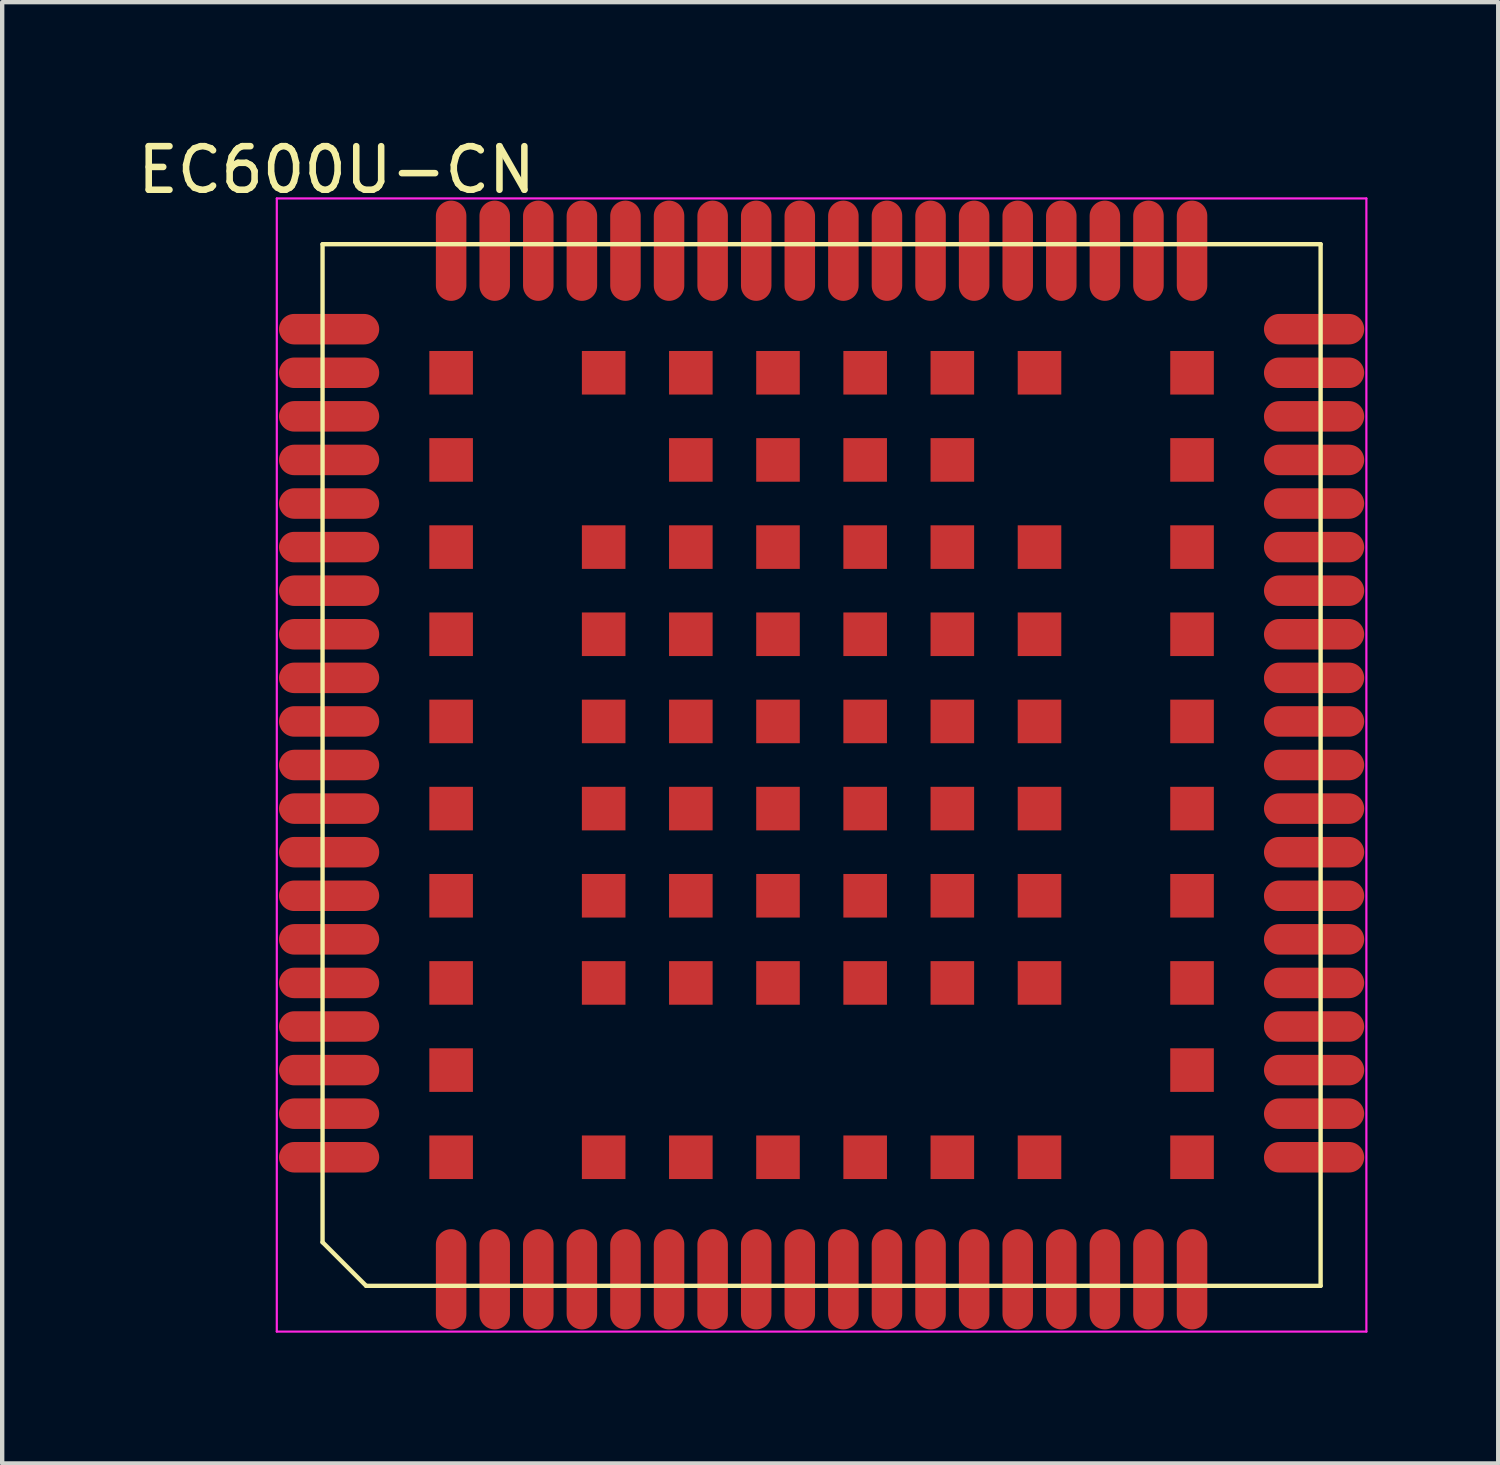
<source format=kicad_pcb>
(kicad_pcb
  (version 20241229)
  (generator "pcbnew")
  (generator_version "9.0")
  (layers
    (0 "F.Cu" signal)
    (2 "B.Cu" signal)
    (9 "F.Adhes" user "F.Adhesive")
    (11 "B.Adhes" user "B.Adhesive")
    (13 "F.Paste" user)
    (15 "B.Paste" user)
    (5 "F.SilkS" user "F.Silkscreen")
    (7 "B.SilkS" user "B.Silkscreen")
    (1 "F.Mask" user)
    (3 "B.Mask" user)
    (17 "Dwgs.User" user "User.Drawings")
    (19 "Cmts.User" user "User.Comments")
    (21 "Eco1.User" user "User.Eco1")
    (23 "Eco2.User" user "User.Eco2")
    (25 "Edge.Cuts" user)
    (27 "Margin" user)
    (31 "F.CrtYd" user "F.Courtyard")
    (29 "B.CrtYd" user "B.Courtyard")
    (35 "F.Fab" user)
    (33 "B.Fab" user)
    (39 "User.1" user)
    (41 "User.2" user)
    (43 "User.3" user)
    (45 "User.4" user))
  (footprint "EC600U-CN"
    (layer "F.Cu")
    (at 15.801 14.503)
    (property "Reference" "EC600U-CN" (at -11.129 -13.654 0) (layer "F.SilkS") (effects (font (size 1 1) (thickness 0.15))))
    (attr through_hole)
    (fp_line (start -11.45 -11.95) (end 11.45 -11.95) (stroke (width 0.1) (type solid)) (layer "F.SilkS"))
    (fp_line (start -11.45 10.95) (end -11.45 -11.95) (stroke (width 0.1) (type solid)) (layer "F.SilkS"))
    (fp_line (start -11.45 10.95) (end -10.45 11.95) (stroke (width 0.1) (type solid)) (layer "F.SilkS"))
    (fp_line (start -10.45 11.95) (end 11.45 11.95) (stroke (width 0.1) (type solid)) (layer "F.SilkS"))
    (fp_line (start 11.45 11.95) (end 11.45 -11.95) (stroke (width 0.1) (type solid)) (layer "F.SilkS"))
    (fp_line (start -12.5 -13) (end 12.5 -13) (stroke (width 0.05) (type solid)) (layer "F.CrtYd"))
    (fp_line (start -12.5 13) (end -12.5 -13) (stroke (width 0.05) (type solid)) (layer "F.CrtYd"))
    (fp_line (start 12.5 -13) (end 12.5 13) (stroke (width 0.05) (type solid)) (layer "F.CrtYd"))
    (fp_line (start 12.5 13) (end -12.5 13) (stroke (width 0.05) (type solid)) (layer "F.CrtYd"))
    (pad "1" smd oval (at -8.5 11.8 90) (size 2.3 0.7) (layers "F.Cu" "F.Mask" "F.Paste"))
    (pad "2" smd oval (at -7.5 11.8 90) (size 2.3 0.7) (layers "F.Cu" "F.Mask" "F.Paste"))
    (pad "3" smd oval (at -6.5 11.8 90) (size 2.3 0.7) (layers "F.Cu" "F.Mask" "F.Paste"))
    (pad "4" smd oval (at -5.5 11.8 90) (size 2.3 0.7) (layers "F.Cu" "F.Mask" "F.Paste"))
    (pad "5" smd oval (at -4.5 11.8 90) (size 2.3 0.7) (layers "F.Cu" "F.Mask" "F.Paste"))
    (pad "6" smd oval (at -3.5 11.8 90) (size 2.3 0.7) (layers "F.Cu" "F.Mask" "F.Paste"))
    (pad "7" smd oval (at -2.5 11.8 90) (size 2.3 0.7) (layers "F.Cu" "F.Mask" "F.Paste"))
    (pad "8" smd oval (at -1.5 11.8 90) (size 2.3 0.7) (layers "F.Cu" "F.Mask" "F.Paste"))
    (pad "9" smd oval (at -0.5 11.8 90) (size 2.3 0.7) (layers "F.Cu" "F.Mask" "F.Paste"))
    (pad "10" smd oval (at 0.5 11.8 90) (size 2.3 0.7) (layers "F.Cu" "F.Mask" "F.Paste"))
    (pad "11" smd oval (at 1.5 11.8 90) (size 2.3 0.7) (layers "F.Cu" "F.Mask" "F.Paste"))
    (pad "12" smd oval (at 2.5 11.8 90) (size 2.3 0.7) (layers "F.Cu" "F.Mask" "F.Paste"))
    (pad "13" smd oval (at 3.5 11.8 90) (size 2.3 0.7) (layers "F.Cu" "F.Mask" "F.Paste"))
    (pad "14" smd oval (at 4.5 11.8 90) (size 2.3 0.7) (layers "F.Cu" "F.Mask" "F.Paste"))
    (pad "15" smd oval (at 5.5 11.8 90) (size 2.3 0.7) (layers "F.Cu" "F.Mask" "F.Paste"))
    (pad "16" smd oval (at 6.5 11.8 90) (size 2.3 0.7) (layers "F.Cu" "F.Mask" "F.Paste"))
    (pad "17" smd oval (at 7.5 11.8 90) (size 2.3 0.7) (layers "F.Cu" "F.Mask" "F.Paste"))
    (pad "18" smd oval (at 8.5 11.8 90) (size 2.3 0.7) (layers "F.Cu" "F.Mask" "F.Paste"))
    (pad "19" smd oval (at 11.3 9) (size 2.3 0.7) (layers "F.Cu" "F.Mask" "F.Paste"))
    (pad "20" smd oval (at 11.3 8) (size 2.3 0.7) (layers "F.Cu" "F.Mask" "F.Paste"))
    (pad "21" smd oval (at 11.3 7) (size 2.3 0.7) (layers "F.Cu" "F.Mask" "F.Paste"))
    (pad "22" smd oval (at 11.3 6) (size 2.3 0.7) (layers "F.Cu" "F.Mask" "F.Paste"))
    (pad "23" smd oval (at 11.3 5) (size 2.3 0.7) (layers "F.Cu" "F.Mask" "F.Paste"))
    (pad "24" smd oval (at 11.3 4) (size 2.3 0.7) (layers "F.Cu" "F.Mask" "F.Paste"))
    (pad "25" smd oval (at 11.3 3) (size 2.3 0.7) (layers "F.Cu" "F.Mask" "F.Paste"))
    (pad "26" smd oval (at 11.3 2) (size 2.3 0.7) (layers "F.Cu" "F.Mask" "F.Paste"))
    (pad "27" smd oval (at 11.3 1) (size 2.3 0.7) (layers "F.Cu" "F.Mask" "F.Paste"))
    (pad "28" smd oval (at 11.3 0) (size 2.3 0.7) (layers "F.Cu" "F.Mask" "F.Paste"))
    (pad "29" smd oval (at 11.3 -1) (size 2.3 0.7) (layers "F.Cu" "F.Mask" "F.Paste"))
    (pad "30" smd oval (at 11.3 -2) (size 2.3 0.7) (layers "F.Cu" "F.Mask" "F.Paste"))
    (pad "31" smd oval (at 11.3 -3) (size 2.3 0.7) (layers "F.Cu" "F.Mask" "F.Paste"))
    (pad "32" smd oval (at 11.3 -4) (size 2.3 0.7) (layers "F.Cu" "F.Mask" "F.Paste"))
    (pad "33" smd oval (at 11.3 -5) (size 2.3 0.7) (layers "F.Cu" "F.Mask" "F.Paste"))
    (pad "34" smd oval (at 11.3 -6) (size 2.3 0.7) (layers "F.Cu" "F.Mask" "F.Paste"))
    (pad "35" smd oval (at 11.3 -7) (size 2.3 0.7) (layers "F.Cu" "F.Mask" "F.Paste"))
    (pad "36" smd oval (at 11.3 -8) (size 2.3 0.7) (layers "F.Cu" "F.Mask" "F.Paste"))
    (pad "37" smd oval (at 11.3 -9) (size 2.3 0.7) (layers "F.Cu" "F.Mask" "F.Paste"))
    (pad "38" smd oval (at 11.3 -10) (size 2.3 0.7) (layers "F.Cu" "F.Mask" "F.Paste"))
    (pad "39" smd oval (at 8.5 -11.8 90) (size 2.3 0.7) (layers "F.Cu" "F.Mask" "F.Paste"))
    (pad "40" smd oval (at 7.5 -11.8 90) (size 2.3 0.7) (layers "F.Cu" "F.Mask" "F.Paste"))
    (pad "41" smd oval (at 6.5 -11.8 90) (size 2.3 0.7) (layers "F.Cu" "F.Mask" "F.Paste"))
    (pad "42" smd oval (at 5.5 -11.8 90) (size 2.3 0.7) (layers "F.Cu" "F.Mask" "F.Paste"))
    (pad "43" smd oval (at 4.5 -11.8 90) (size 2.3 0.7) (layers "F.Cu" "F.Mask" "F.Paste"))
    (pad "44" smd oval (at 3.5 -11.8 90) (size 2.3 0.7) (layers "F.Cu" "F.Mask" "F.Paste"))
    (pad "45" smd oval (at 2.5 -11.8 90) (size 2.3 0.7) (layers "F.Cu" "F.Mask" "F.Paste"))
    (pad "46" smd oval (at 1.5 -11.8 90) (size 2.3 0.7) (layers "F.Cu" "F.Mask" "F.Paste"))
    (pad "47" smd oval (at 0.5 -11.8 90) (size 2.3 0.7) (layers "F.Cu" "F.Mask" "F.Paste"))
    (pad "48" smd oval (at -0.5 -11.8 90) (size 2.3 0.7) (layers "F.Cu" "F.Mask" "F.Paste"))
    (pad "49" smd oval (at -1.5 -11.8 90) (size 2.3 0.7) (layers "F.Cu" "F.Mask" "F.Paste"))
    (pad "50" smd oval (at -2.5 -11.8 90) (size 2.3 0.7) (layers "F.Cu" "F.Mask" "F.Paste"))
    (pad "51" smd oval (at -3.5 -11.8 90) (size 2.3 0.7) (layers "F.Cu" "F.Mask" "F.Paste"))
    (pad "52" smd oval (at -4.5 -11.8 90) (size 2.3 0.7) (layers "F.Cu" "F.Mask" "F.Paste"))
    (pad "53" smd oval (at -5.5 -11.8 90) (size 2.3 0.7) (layers "F.Cu" "F.Mask" "F.Paste"))
    (pad "54" smd oval (at -6.5 -11.8 90) (size 2.3 0.7) (layers "F.Cu" "F.Mask" "F.Paste"))
    (pad "55" smd oval (at -7.5 -11.8 90) (size 2.3 0.7) (layers "F.Cu" "F.Mask" "F.Paste"))
    (pad "56" smd oval (at -8.5 -11.8 90) (size 2.3 0.7) (layers "F.Cu" "F.Mask" "F.Paste"))
    (pad "57" smd oval (at -11.3 -10) (size 2.3 0.7) (layers "F.Cu" "F.Mask" "F.Paste"))
    (pad "58" smd oval (at -11.3 -9) (size 2.3 0.7) (layers "F.Cu" "F.Mask" "F.Paste"))
    (pad "59" smd oval (at -11.3 -8) (size 2.3 0.7) (layers "F.Cu" "F.Mask" "F.Paste"))
    (pad "60" smd oval (at -11.3 -7) (size 2.3 0.7) (layers "F.Cu" "F.Mask" "F.Paste"))
    (pad "61" smd oval (at -11.3 -6) (size 2.3 0.7) (layers "F.Cu" "F.Mask" "F.Paste"))
    (pad "62" smd oval (at -11.3 -5) (size 2.3 0.7) (layers "F.Cu" "F.Mask" "F.Paste"))
    (pad "63" smd oval (at -11.3 -4) (size 2.3 0.7) (layers "F.Cu" "F.Mask" "F.Paste"))
    (pad "64" smd oval (at -11.3 -3) (size 2.3 0.7) (layers "F.Cu" "F.Mask" "F.Paste"))
    (pad "65" smd oval (at -11.3 -2) (size 2.3 0.7) (layers "F.Cu" "F.Mask" "F.Paste"))
    (pad "66" smd oval (at -11.3 -1) (size 2.3 0.7) (layers "F.Cu" "F.Mask" "F.Paste"))
    (pad "67" smd oval (at -11.3 0) (size 2.3 0.7) (layers "F.Cu" "F.Mask" "F.Paste"))
    (pad "68" smd oval (at -11.3 1) (size 2.3 0.7) (layers "F.Cu" "F.Mask" "F.Paste"))
    (pad "69" smd oval (at -11.3 2) (size 2.3 0.7) (layers "F.Cu" "F.Mask" "F.Paste"))
    (pad "70" smd oval (at -11.3 3) (size 2.3 0.7) (layers "F.Cu" "F.Mask" "F.Paste"))
    (pad "71" smd oval (at -11.3 4) (size 2.3 0.7) (layers "F.Cu" "F.Mask" "F.Paste"))
    (pad "72" smd oval (at -11.3 5) (size 2.3 0.7) (layers "F.Cu" "F.Mask" "F.Paste"))
    (pad "73" smd oval (at -11.3 6) (size 2.3 0.7) (layers "F.Cu" "F.Mask" "F.Paste"))
    (pad "74" smd oval (at -11.3 7) (size 2.3 0.7) (layers "F.Cu" "F.Mask" "F.Paste"))
    (pad "75" smd oval (at -11.3 8) (size 2.3 0.7) (layers "F.Cu" "F.Mask" "F.Paste"))
    (pad "76" smd oval (at -11.3 9) (size 2.3 0.7) (layers "F.Cu" "F.Mask" "F.Paste"))
    (pad "77" smd rect (at -3 3) (size 1 1) (layers "F.Cu" "F.Mask" "F.Paste"))
    (pad "78" smd rect (at -1 3) (size 1 1) (layers "F.Cu" "F.Mask" "F.Paste"))
    (pad "79" smd rect (at 1 3) (size 1 1) (layers "F.Cu" "F.Mask" "F.Paste"))
    (pad "80" smd rect (at 3 3) (size 1 1) (layers "F.Cu" "F.Mask" "F.Paste"))
    (pad "81" smd rect (at 3 1) (size 1 1) (layers "F.Cu" "F.Mask" "F.Paste"))
    (pad "82" smd rect (at 3 -1) (size 1 1) (layers "F.Cu" "F.Mask" "F.Paste"))
    (pad "83" smd rect (at 3 -3) (size 1 1) (layers "F.Cu" "F.Mask" "F.Paste"))
    (pad "84" smd rect (at 1 -3) (size 1 1) (layers "F.Cu" "F.Mask" "F.Paste"))
    (pad "85" smd rect (at -1 -3) (size 1 1) (layers "F.Cu" "F.Mask" "F.Paste"))
    (pad "86" smd rect (at -3 -3) (size 1 1) (layers "F.Cu" "F.Mask" "F.Paste"))
    (pad "87" smd rect (at -3 -1) (size 1 1) (layers "F.Cu" "F.Mask" "F.Paste"))
    (pad "88" smd rect (at -3 1) (size 1 1) (layers "F.Cu" "F.Mask" "F.Paste"))
    (pad "89" smd rect (at -1 1) (size 1 1) (layers "F.Cu" "F.Mask" "F.Paste"))
    (pad "90" smd rect (at 1 1) (size 1 1) (layers "F.Cu" "F.Mask" "F.Paste"))
    (pad "91" smd rect (at 1 -1) (size 1 1) (layers "F.Cu" "F.Mask" "F.Paste"))
    (pad "92" smd rect (at -1 -1) (size 1 1) (layers "F.Cu" "F.Mask" "F.Paste"))
    (pad "93" smd rect (at -5 5) (size 1 1) (layers "F.Cu" "F.Mask" "F.Paste"))
    (pad "94" smd rect (at -3 5) (size 1 1) (layers "F.Cu" "F.Mask" "F.Paste"))
    (pad "95" smd rect (at -1 5) (size 1 1) (layers "F.Cu" "F.Mask" "F.Paste"))
    (pad "96" smd rect (at 1 5) (size 1 1) (layers "F.Cu" "F.Mask" "F.Paste"))
    (pad "97" smd rect (at 3 5) (size 1 1) (layers "F.Cu" "F.Mask" "F.Paste"))
    (pad "98" smd rect (at 5 5) (size 1 1) (layers "F.Cu" "F.Mask" "F.Paste"))
    (pad "99" smd rect (at 5 3) (size 1 1) (layers "F.Cu" "F.Mask" "F.Paste"))
    (pad "100" smd rect (at 5 1) (size 1 1) (layers "F.Cu" "F.Mask" "F.Paste"))
    (pad "101" smd rect (at 5 -1) (size 1 1) (layers "F.Cu" "F.Mask" "F.Paste"))
    (pad "102" smd rect (at 5 -3) (size 1 1) (layers "F.Cu" "F.Mask" "F.Paste"))
    (pad "103" smd rect (at 5 -5) (size 1 1) (layers "F.Cu" "F.Mask" "F.Paste"))
    (pad "104" smd rect (at 3 -5) (size 1 1) (layers "F.Cu" "F.Mask" "F.Paste"))
    (pad "105" smd rect (at 1 -5) (size 1 1) (layers "F.Cu" "F.Mask" "F.Paste"))
    (pad "106" smd rect (at -1 -5) (size 1 1) (layers "F.Cu" "F.Mask" "F.Paste"))
    (pad "107" smd rect (at -3 -5) (size 1 1) (layers "F.Cu" "F.Mask" "F.Paste"))
    (pad "108" smd rect (at -5 -5) (size 1 1) (layers "F.Cu" "F.Mask" "F.Paste"))
    (pad "109" smd rect (at -5 -3) (size 1 1) (layers "F.Cu" "F.Mask" "F.Paste"))
    (pad "110" smd rect (at -5 -1) (size 1 1) (layers "F.Cu" "F.Mask" "F.Paste"))
    (pad "111" smd rect (at -5 1) (size 1 1) (layers "F.Cu" "F.Mask" "F.Paste"))
    (pad "112" smd rect (at -5 3) (size 1 1) (layers "F.Cu" "F.Mask" "F.Paste"))
    (pad "113" smd rect (at -8.5 9) (size 1 1) (layers "F.Cu" "F.Mask" "F.Paste"))
    (pad "114" smd rect (at -5 9) (size 1 1) (layers "F.Cu" "F.Mask" "F.Paste"))
    (pad "115" smd rect (at -3 9) (size 1 1) (layers "F.Cu" "F.Mask" "F.Paste"))
    (pad "116" smd rect (at -1 9) (size 1 1) (layers "F.Cu" "F.Mask" "F.Paste"))
    (pad "117" smd rect (at 1 9) (size 1 1) (layers "F.Cu" "F.Mask" "F.Paste"))
    (pad "118" smd rect (at 3 9) (size 1 1) (layers "F.Cu" "F.Mask" "F.Paste"))
    (pad "119" smd rect (at 5 9) (size 1 1) (layers "F.Cu" "F.Mask" "F.Paste"))
    (pad "120" smd rect (at 8.5 9) (size 1 1) (layers "F.Cu" "F.Mask" "F.Paste"))
    (pad "121" smd rect (at 8.5 7) (size 1 1) (layers "F.Cu" "F.Mask" "F.Paste"))
    (pad "122" smd rect (at 8.5 5) (size 1 1) (layers "F.Cu" "F.Mask" "F.Paste"))
    (pad "123" smd rect (at 8.5 3) (size 1 1) (layers "F.Cu" "F.Mask" "F.Paste"))
    (pad "124" smd rect (at 8.5 1) (size 1 1) (layers "F.Cu" "F.Mask" "F.Paste"))
    (pad "125" smd rect (at 8.5 -1) (size 1 1) (layers "F.Cu" "F.Mask" "F.Paste"))
    (pad "126" smd rect (at 8.5 -3) (size 1 1) (layers "F.Cu" "F.Mask" "F.Paste"))
    (pad "127" smd rect (at 8.5 -5) (size 1 1) (layers "F.Cu" "F.Mask" "F.Paste"))
    (pad "128" smd rect (at 8.5 -7) (size 1 1) (layers "F.Cu" "F.Mask" "F.Paste"))
    (pad "129" smd rect (at 8.5 -9) (size 1 1) (layers "F.Cu" "F.Mask" "F.Paste"))
    (pad "130" smd rect (at 5 -9) (size 1 1) (layers "F.Cu" "F.Mask" "F.Paste"))
    (pad "131" smd rect (at 3 -9) (size 1 1) (layers "F.Cu" "F.Mask" "F.Paste"))
    (pad "132" smd rect (at 1 -9) (size 1 1) (layers "F.Cu" "F.Mask" "F.Paste"))
    (pad "133" smd rect (at -1 -9) (size 1 1) (layers "F.Cu" "F.Mask" "F.Paste"))
    (pad "134" smd rect (at -3 -9) (size 1 1) (layers "F.Cu" "F.Mask" "F.Paste"))
    (pad "135" smd rect (at -5 -9) (size 1 1) (layers "F.Cu" "F.Mask" "F.Paste"))
    (pad "136" smd rect (at -8.5 -9) (size 1 1) (layers "F.Cu" "F.Mask" "F.Paste"))
    (pad "137" smd rect (at -8.5 -7) (size 1 1) (layers "F.Cu" "F.Mask" "F.Paste"))
    (pad "138" smd rect (at -8.5 -5) (size 1 1) (layers "F.Cu" "F.Mask" "F.Paste"))
    (pad "139" smd rect (at -8.5 -3) (size 1 1) (layers "F.Cu" "F.Mask" "F.Paste"))
    (pad "140" smd rect (at -8.5 -1) (size 1 1) (layers "F.Cu" "F.Mask" "F.Paste"))
    (pad "141" smd rect (at -8.5 1) (size 1 1) (layers "F.Cu" "F.Mask" "F.Paste"))
    (pad "142" smd rect (at -8.5 3) (size 1 1) (layers "F.Cu" "F.Mask" "F.Paste"))
    (pad "143" smd rect (at -8.5 5) (size 1 1) (layers "F.Cu" "F.Mask" "F.Paste"))
    (pad "144" smd rect (at -8.5 7) (size 1 1) (layers "F.Cu" "F.Mask" "F.Paste"))
    (pad "145" smd rect (at 3 -7) (size 1 1) (layers "F.Cu" "F.Mask" "F.Paste"))
    (pad "146" smd rect (at 1 -7) (size 1 1) (layers "F.Cu" "F.Mask" "F.Paste"))
    (pad "147" smd rect (at -1 -7) (size 1 1) (layers "F.Cu" "F.Mask" "F.Paste"))
    (pad "148" smd rect (at -3 -7) (size 1 1) (layers "F.Cu" "F.Mask" "F.Paste")))
  (gr_rect
    (start -3 -3)
    (end 31.326 30.528)
    (stroke (width 0.1) (type default))
    (fill no)
    (layer "Edge.Cuts")))
</source>
